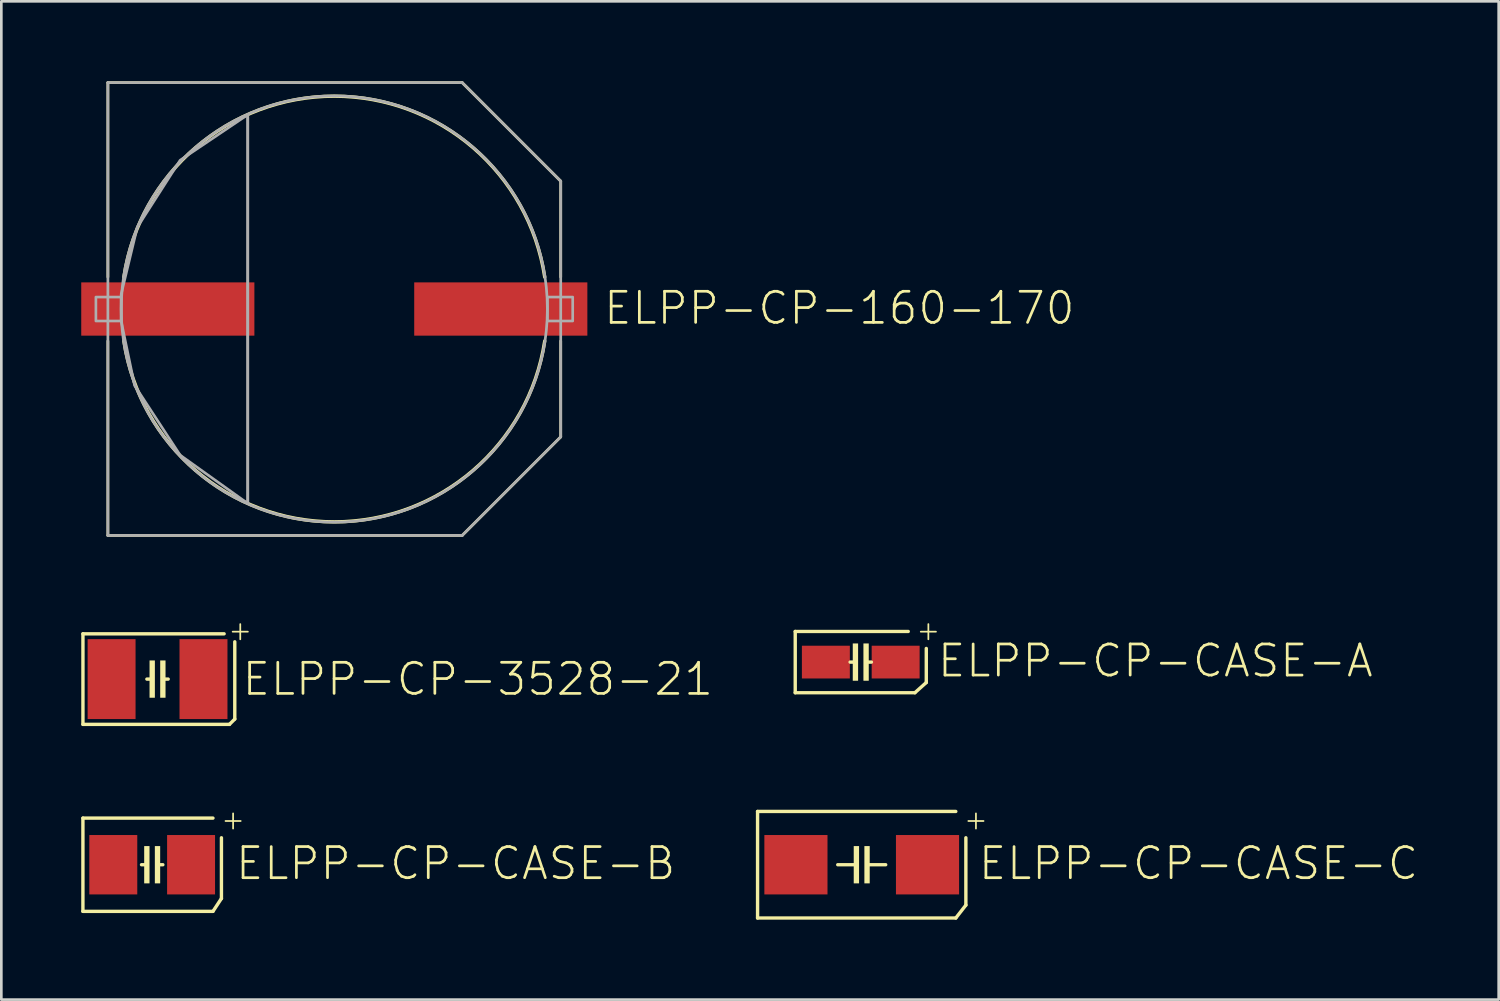
<source format=kicad_pcb>
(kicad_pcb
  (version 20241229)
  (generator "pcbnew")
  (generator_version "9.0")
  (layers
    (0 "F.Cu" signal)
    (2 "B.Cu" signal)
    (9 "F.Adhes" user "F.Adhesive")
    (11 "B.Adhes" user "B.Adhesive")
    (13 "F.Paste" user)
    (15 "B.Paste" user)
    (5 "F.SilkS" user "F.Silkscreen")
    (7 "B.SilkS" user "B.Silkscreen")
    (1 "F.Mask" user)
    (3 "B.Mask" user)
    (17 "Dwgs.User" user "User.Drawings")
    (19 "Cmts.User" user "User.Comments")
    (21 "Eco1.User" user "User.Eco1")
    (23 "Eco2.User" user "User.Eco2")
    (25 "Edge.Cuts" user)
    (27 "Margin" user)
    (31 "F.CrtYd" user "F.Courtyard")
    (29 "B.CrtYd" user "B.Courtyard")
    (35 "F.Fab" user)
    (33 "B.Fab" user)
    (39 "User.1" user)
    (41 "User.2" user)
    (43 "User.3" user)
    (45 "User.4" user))
  (footprint "ELPP-CP-CASE-A"
    (layer "F.Cu")
    (at 29.264 21.806)
    (property "Reference" "ELPP-CP-CASE-A" (at 2.817 0.635 0) (unlocked yes) (layer "F.SilkS") (effects (font (size 1.168 1.168) (thickness 0.102)) (justify left bottom)))
    (fp_line (start -2.46 -1.15) (end -2.46 1.15) (stroke (width 0.127) (type solid)) (layer "F.SilkS"))
    (fp_line (start -2.46 -1.15) (end 1.782 -1.15) (stroke (width 0.127) (type solid)) (layer "F.SilkS"))
    (fp_line (start -2.46 1.15) (end 2.032 1.15) (stroke (width 0.127) (type solid)) (layer "F.SilkS"))
    (fp_line (start -0.4 0) (end -0.2 0) (stroke (width 0.127) (type solid)) (layer "F.SilkS"))
    (fp_line (start 0.4 0) (end 0.2 0) (stroke (width 0.127) (type solid)) (layer "F.SilkS"))
    (fp_line (start 2.032 1.15) (end 2.46 0.766) (stroke (width 0.127) (type solid)) (layer "F.SilkS"))
    (fp_line (start 2.46 0.766) (end 2.46 -0.512) (stroke (width 0.127) (type solid)) (layer "F.SilkS"))
    (fp_poly (pts (xy -0.3 0.7) (xy -0.1 0.7) (xy -0.1 -0.7) (xy -0.3 -0.7)) (stroke (width 0) (type default)) (fill yes) (layer "F.SilkS"))
    (fp_poly (pts (xy 0.1 0.7) (xy 0.3 0.7) (xy 0.3 -0.7) (xy 0.1 -0.7)) (stroke (width 0) (type default)) (fill yes) (layer "F.SilkS"))
    (fp_text user "+" (at 2.032 -0.762 0) (layer "F.SilkS") (effects (font (size 0.748 0.748) (thickness 0.065)) (justify left bottom)))
    (pad "+" smd rect (at 1.31 0) (size 1.8 1.23) (layers "F.Cu" "F.Mask" "F.Paste"))
    (pad "-" smd rect (at -1.31 0) (size 1.8 1.23) (layers "F.Cu" "F.Mask" "F.Paste")))
  (footprint "ELPP-CP-160-170"
    (layer "F.Cu")
    (at 9.5 8.551)
    (property "Reference" "ELPP-CP-160-170" (at 10.05 0.65 0) (unlocked yes) (layer "F.SilkS") (effects (font (size 1.168 1.168) (thickness 0.102)) (justify left bottom)))
    (fp_line (start -8.5 -8.5) (end 4.8 -8.5) (stroke (width 0.102) (type solid)) (layer "F.SilkS"))
    (fp_line (start -8.5 -1.2) (end -8.5 -8.5) (stroke (width 0.102) (type solid)) (layer "F.SilkS"))
    (fp_line (start -8.5 8.5) (end -8.5 1.2) (stroke (width 0.102) (type solid)) (layer "F.SilkS"))
    (fp_line (start 4.8 -8.5) (end 8.5 -4.8) (stroke (width 0.102) (type solid)) (layer "F.SilkS"))
    (fp_line (start 4.8 8.5) (end -8.5 8.5) (stroke (width 0.102) (type solid)) (layer "F.SilkS"))
    (fp_line (start 8.5 -4.8) (end 8.5 -1.2) (stroke (width 0.102) (type solid)) (layer "F.SilkS"))
    (fp_line (start 8.5 1.2) (end 8.5 4.8) (stroke (width 0.102) (type solid)) (layer "F.SilkS"))
    (fp_line (start 8.5 4.8) (end 4.8 8.5) (stroke (width 0.102) (type solid)) (layer "F.SilkS"))
    (fp_arc (start -7.9 -1.2) (mid 0 -7.99062) (end 7.9 -1.2) (stroke (width 0.127) (type solid)) (layer "F.SilkS"))
    (fp_arc (start 7.9 1.2) (mid 0 7.99062) (end -7.9 1.2) (stroke (width 0.127) (type solid)) (layer "F.SilkS"))
    (fp_line (start -8.5 -8.5) (end 4.8 -8.5) (stroke (width 0.102) (type solid)) (layer "F.Fab"))
    (fp_line (start -8.5 8.5) (end -8.5 -8.5) (stroke (width 0.102) (type solid)) (layer "F.Fab"))
    (fp_line (start -3.25 -7.2) (end -3.25 7.25) (stroke (width 0.102) (type solid)) (layer "F.Fab"))
    (fp_line (start 4.8 -8.5) (end 8.5 -4.8) (stroke (width 0.102) (type solid)) (layer "F.Fab"))
    (fp_line (start 4.8 8.5) (end -8.5 8.5) (stroke (width 0.102) (type solid)) (layer "F.Fab"))
    (fp_line (start 8.5 -4.8) (end 8.5 4.8) (stroke (width 0.102) (type solid)) (layer "F.Fab"))
    (fp_line (start 8.5 4.8) (end 4.8 8.5) (stroke (width 0.102) (type solid)) (layer "F.Fab"))
    (fp_circle (center 0 0) (end 8 0) (stroke (width 0.102) (type solid)) (fill no) (layer "F.Fab"))
    (fp_poly (pts (xy -8.95 0.45) (xy -8 0.45) (xy -8 -0.45) (xy -8.95 -0.45)) (stroke (width 0.1) (type default)) (fill no) (layer "F.Fab"))
    (fp_poly (pts (xy 8 0.45) (xy 8.95 0.45) (xy 8.95 -0.45) (xy 8 -0.45)) (stroke (width 0.1) (type default)) (fill no) (layer "F.Fab"))
    (fp_poly (pts (xy -3.249 7.299) (xy -5.787 5.486) (xy -7.498 2.87) (xy -8.001 0.455) (xy -8.001 -0.556) (xy -7.397 -3.07) (xy -5.787 -5.586) (xy -3.249 -7.295)) (stroke (width 0.1) (type default)) (fill no) (layer "F.Fab"))
    (pad "+" smd rect (at 6.25 0) (size 6.5 2) (layers "F.Cu" "F.Mask" "F.Paste"))
    (pad "-" smd rect (at -6.25 0) (size 6.5 2) (layers "F.Cu" "F.Mask" "F.Paste")))
  (footprint "ELPP-CP-3528-21"
    (layer "F.Cu")
    (at 2.864 22.444)
    (property "Reference" "ELPP-CP-3528-21" (at 3.113 0.685 0) (unlocked yes) (layer "F.SilkS") (effects (font (size 1.168 1.168) (thickness 0.102)) (justify left bottom)))
    (fp_line (start -2.8 -1.7) (end -2.8 1.7) (stroke (width 0.127) (type solid)) (layer "F.SilkS"))
    (fp_line (start -2.8 -1.7) (end 2.5 -1.7) (stroke (width 0.127) (type solid)) (layer "F.SilkS"))
    (fp_line (start -2.8 1.7) (end 2.7 1.7) (stroke (width 0.127) (type solid)) (layer "F.SilkS"))
    (fp_line (start -0.4 0) (end -0.2 0) (stroke (width 0.127) (type solid)) (layer "F.SilkS"))
    (fp_line (start 0.4 0) (end 0.2 0) (stroke (width 0.127) (type solid)) (layer "F.SilkS"))
    (fp_line (start 2.7 1.7) (end 2.9 1.5) (stroke (width 0.127) (type solid)) (layer "F.SilkS"))
    (fp_line (start 2.9 1.5) (end 2.9 -1.4) (stroke (width 0.127) (type solid)) (layer "F.SilkS"))
    (fp_poly (pts (xy -0.3 0.7) (xy -0.1 0.7) (xy -0.1 -0.7) (xy -0.3 -0.7)) (stroke (width 0) (type default)) (fill yes) (layer "F.SilkS"))
    (fp_poly (pts (xy 0.1 0.7) (xy 0.3 0.7) (xy 0.3 -0.7) (xy 0.1 -0.7)) (stroke (width 0) (type default)) (fill yes) (layer "F.SilkS"))
    (fp_text user "+" (at 2.6 -1.4 0) (layer "F.SilkS") (effects (font (size 0.748 0.748) (thickness 0.065)) (justify left bottom)))
    (pad "+" smd rect (at 1.725 0) (size 1.8 3) (layers "F.Cu" "F.Mask" "F.Paste"))
    (pad "-" smd rect (at -1.725 0) (size 1.8 3) (layers "F.Cu" "F.Mask" "F.Paste")))
  (footprint "ELPP-CP-CASE-B"
    (layer "F.Cu")
    (at 2.663 29.413)
    (property "Reference" "ELPP-CP-CASE-B" (at 3.067 0.635 0) (unlocked yes) (layer "F.SilkS") (effects (font (size 1.168 1.168) (thickness 0.102)) (justify left bottom)))
    (fp_line (start -2.6 -1.75) (end -2.6 1.75) (stroke (width 0.127) (type solid)) (layer "F.SilkS"))
    (fp_line (start -2.6 -1.75) (end 2.282 -1.75) (stroke (width 0.127) (type solid)) (layer "F.SilkS"))
    (fp_line (start -2.6 1.75) (end 2.282 1.75) (stroke (width 0.127) (type solid)) (layer "F.SilkS"))
    (fp_line (start -0.4 0) (end -0.2 0) (stroke (width 0.127) (type solid)) (layer "F.SilkS"))
    (fp_line (start 0.4 0) (end 0.2 0) (stroke (width 0.127) (type solid)) (layer "F.SilkS"))
    (fp_line (start 2.282 1.75) (end 2.6 1.266) (stroke (width 0.127) (type solid)) (layer "F.SilkS"))
    (fp_line (start 2.6 1.266) (end 2.6 -1.012) (stroke (width 0.127) (type solid)) (layer "F.SilkS"))
    (fp_poly (pts (xy -0.3 0.7) (xy -0.1 0.7) (xy -0.1 -0.7) (xy -0.3 -0.7)) (stroke (width 0) (type default)) (fill yes) (layer "F.SilkS"))
    (fp_poly (pts (xy 0.1 0.7) (xy 0.3 0.7) (xy 0.3 -0.7) (xy 0.1 -0.7)) (stroke (width 0) (type default)) (fill yes) (layer "F.SilkS"))
    (fp_text user "+" (at 2.532 -1.262 0) (layer "F.SilkS") (effects (font (size 0.748 0.748) (thickness 0.065)) (justify left bottom)))
    (pad "+" smd rect (at 1.46 0) (size 1.8 2.23) (layers "F.Cu" "F.Mask" "F.Paste"))
    (pad "-" smd rect (at -1.46 0) (size 1.8 2.23) (layers "F.Cu" "F.Mask" "F.Paste")))
  (footprint "ELPP-CP-CASE-C"
    (layer "F.Cu")
    (at 29.3 29.413)
    (property "Reference" "ELPP-CP-CASE-C" (at 4.317 0.635 0) (unlocked yes) (layer "F.SilkS") (effects (font (size 1.168 1.168) (thickness 0.102)) (justify left bottom)))
    (fp_line (start -3.91 -2) (end -3.91 2) (stroke (width 0.127) (type solid)) (layer "F.SilkS"))
    (fp_line (start -3.91 -2) (end 3.532 -2) (stroke (width 0.127) (type solid)) (layer "F.SilkS"))
    (fp_line (start -3.91 2) (end 3.532 2) (stroke (width 0.127) (type solid)) (layer "F.SilkS"))
    (fp_line (start -0.9 0) (end -0.2 0) (stroke (width 0.127) (type solid)) (layer "F.SilkS"))
    (fp_line (start 0.9 0) (end 0.2 0) (stroke (width 0.127) (type solid)) (layer "F.SilkS"))
    (fp_line (start 3.532 2) (end 3.91 1.516) (stroke (width 0.127) (type solid)) (layer "F.SilkS"))
    (fp_line (start 3.91 1.516) (end 3.91 -1.012) (stroke (width 0.127) (type solid)) (layer "F.SilkS"))
    (fp_poly (pts (xy -0.3 0.7) (xy -0.1 0.7) (xy -0.1 -0.7) (xy -0.3 -0.7)) (stroke (width 0) (type default)) (fill yes) (layer "F.SilkS"))
    (fp_poly (pts (xy 0.1 0.7) (xy 0.3 0.7) (xy 0.3 -0.7) (xy 0.1 -0.7)) (stroke (width 0) (type default)) (fill yes) (layer "F.SilkS"))
    (fp_text user "+" (at 3.782 -1.262 0) (layer "F.SilkS") (effects (font (size 0.748 0.748) (thickness 0.065)) (justify left bottom)))
    (pad "+" smd rect (at 2.47 0) (size 2.37 2.23) (layers "F.Cu" "F.Mask" "F.Paste"))
    (pad "-" smd rect (at -2.47 0) (size 2.37 2.23) (layers "F.Cu" "F.Mask" "F.Paste")))
  (gr_rect
    (start -3 -3)
    (end 53.212 34.476)
    (stroke (width 0.1) (type default))
    (fill no)
    (layer "Edge.Cuts")))
</source>
